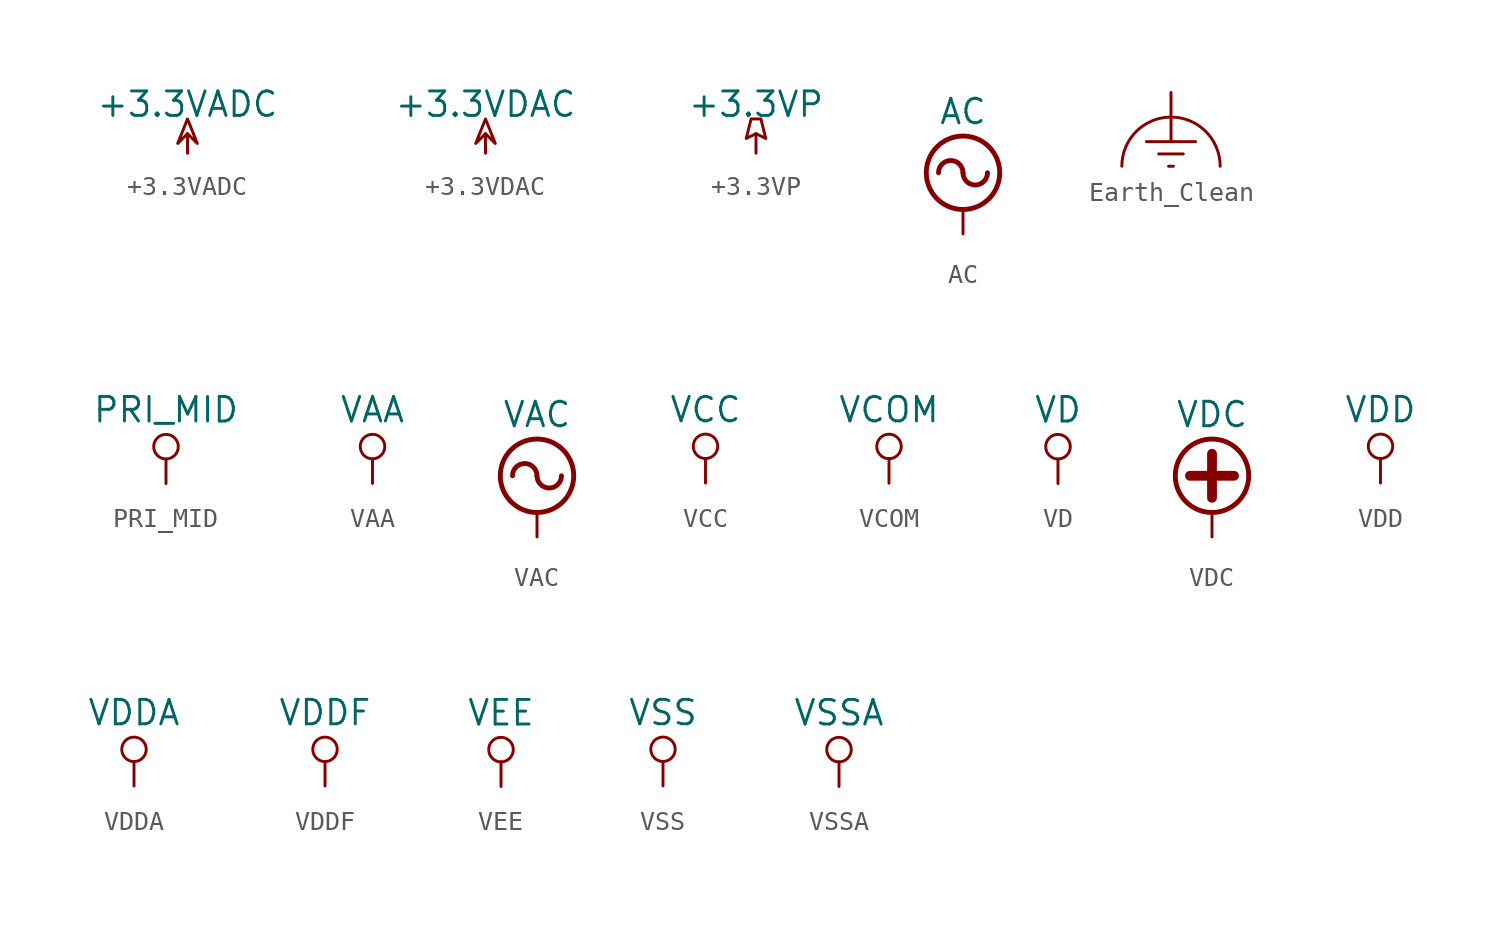
<source format=kicad_sym>
(kicad_symbol_lib
  (version 20220102)
  (generator kicad_symbol_editor)
  (symbol "+3.3VADC"
    (power)
    (pin_names
      (offset 0))
    (property "Reference" "#PWR"
      (at 3.81 -1.27 0)
      (effects (font (size 1.27 1.27)) hide))
    (property "Value" "+3.3VADC"
      (at 0 2.54 0)
      (effects (font (size 1.27 1.27))))
    (symbol "+3.3VADC_0_0"
      (pin power_in line (at 0 0 90) (length 0) hide (name "+3.3VADC" (effects (font (size 1.27 1.27)))) (number "1" (effects (font (size 1.27 1.27))))))
    (symbol "+3.3VADC_0_1"
      (polyline (pts (xy 0 0) (xy 0 1.016) (xy 0 1.016)) (stroke (width 0) (type default)) (fill (type none)))
      (polyline (pts (xy 0 1.016) (xy 0.508 0.508) (xy 0 1.778) (xy -0.508 0.508) (xy 0 1.016) (xy 0 1.016)) (stroke (width 0) (type default)) (fill (type none)))))
  (symbol "+3.3VDAC"
    (power)
    (pin_names
      (offset 0))
    (property "Reference" "#PWR"
      (at 3.81 -1.27 0)
      (effects (font (size 1.27 1.27)) hide))
    (property "Value" "+3.3VDAC"
      (at 0 2.54 0)
      (effects (font (size 1.27 1.27))))
    (symbol "+3.3VDAC_0_0"
      (pin power_in line (at 0 0 90) (length 0) hide (name "+3.3VDAC" (effects (font (size 1.27 1.27)))) (number "1" (effects (font (size 1.27 1.27))))))
    (symbol "+3.3VDAC_0_1"
      (polyline (pts (xy 0 0) (xy 0 1.016) (xy 0 1.016)) (stroke (width 0) (type default)) (fill (type none)))
      (polyline (pts (xy 0 1.016) (xy 0.508 0.508) (xy 0 1.778) (xy -0.508 0.508) (xy 0 1.016) (xy 0 1.016)) (stroke (width 0) (type default)) (fill (type none)))))
  (symbol "+3.3VP"
    (power)
    (pin_names
      (offset 0))
    (property "Reference" "#PWR"
      (at 3.81 -1.27 0)
      (effects (font (size 1.27 1.27)) hide))
    (property "Value" "+3.3VP"
      (at 0 2.54 0)
      (effects (font (size 1.27 1.27))))
    (symbol "+3.3VP_0_0"
      (pin power_in line (at 0 0 90) (length 0) hide (name "+3.3VP" (effects (font (size 1.27 1.27)))) (number "1" (effects (font (size 1.27 1.27))))))
    (symbol "+3.3VP_0_1"
      (polyline (pts (xy 0 0) (xy 0 1.016) (xy 0 1.016)) (stroke (width 0) (type default)) (fill (type none)))
      (polyline (pts (xy 0.508 0.762) (xy 0 1.016) (xy -0.508 0.762) (xy -0.254 1.778) (xy 0.254 1.778) (xy 0.508 0.762) (xy 0.508 0.762)) (stroke (width 0) (type default)) (fill (type none)))))
  (symbol "AC"
    (power)
    (pin_names
      (offset 0))
    (property "Reference" "#PWR"
      (at 0 -2.54 0)
      (effects (font (size 1.27 1.27)) hide))
    (property "Value" "AC"
      (at 0 6.35 0)
      (effects (font (size 1.27 1.27))))
    (symbol "AC_0_1"
      (polyline (pts (xy 0 0) (xy 0 1.27)) (stroke (width 0) (type default)) (fill (type none)))
      (arc (start 0 3.175) (mid -0.635 3.81) (end -1.27 3.175) (stroke (width 0.254) (type default)) (fill (type none)))
      (arc (start 0 3.175) (mid 0.635 2.54) (end 1.27 3.175) (stroke (width 0.254) (type default)) (fill (type none)))
      (circle (center 0 3.175) (radius 1.905) (stroke (width 0.254) (type default)) (fill (type none))))
    (symbol "AC_1_1"
      (pin power_in line (at 0 0 90) (length 0) hide (name "AC" (effects (font (size 1.27 1.27)))) (number "1" (effects (font (size 1.27 1.27)))))))
  (symbol "Earth_Clean"
    (power)
    (pin_names
      (offset 0))
    (property "Reference" "#PWR"
      (at 6.35 0 0)
      (effects (font (size 1.27 1.27)) hide))
    (symbol "Earth_Clean_0_1"
      (polyline (pts (xy -0.635 -3.175) (xy 0.635 -3.175)) (stroke (width 0) (type default)) (fill (type none)))
      (polyline (pts (xy -0.127 -3.81) (xy 0.127 -3.81)) (stroke (width 0) (type default)) (fill (type none)))
      (polyline (pts (xy 0 -2.54) (xy 0 0)) (stroke (width 0) (type default)) (fill (type none)))
      (polyline (pts (xy 1.27 -2.54) (xy -1.27 -2.54)) (stroke (width 0) (type default)) (fill (type none)))
      (arc (start 2.54 -3.81) (mid 0 -1.27) (end -2.54 -3.81) (stroke (width 0) (type default)) (fill (type none))))
    (symbol "Earth_Clean_1_1"
      (pin power_in line (at 0 0 270) (length 0) hide (name "Earth_Clean" (effects (font (size 1.27 1.27)))) (number "1" (effects (font (size 1.27 1.27)))))))
  (symbol "PRI_MID"
    (power)
    (pin_names
      (offset 0))
    (property "Reference" "#PWR"
      (at 0 -3.81 0)
      (effects (font (size 1.27 1.27)) hide))
    (property "Value" "PRI_MID"
      (at 0 3.81 0)
      (effects (font (size 1.27 1.27))))
    (symbol "PRI_MID_0_1"
      (polyline (pts (xy 0 0) (xy 0 1.27)) (stroke (width 0) (type default)) (fill (type none)))
      (circle (center 0 1.905) (radius 0.635) (stroke (width 0) (type default)) (fill (type none))))
    (symbol "PRI_MID_1_1"
      (pin power_in line (at 0 0 90) (length 0) hide (name "PRI_MID" (effects (font (size 1.27 1.27)))) (number "1" (effects (font (size 1.27 1.27)))))))
  (symbol "VAA"
    (power)
    (pin_names
      (offset 0))
    (property "Reference" "#PWR"
      (at 0 -3.81 0)
      (effects (font (size 1.27 1.27)) hide))
    (property "Value" "VAA"
      (at 0 3.81 0)
      (effects (font (size 1.27 1.27))))
    (symbol "VAA_0_1"
      (polyline (pts (xy 0 0) (xy 0 1.27)) (stroke (width 0) (type default)) (fill (type none)))
      (circle (center 0 1.905) (radius 0.635) (stroke (width 0) (type default)) (fill (type none))))
    (symbol "VAA_1_1"
      (pin power_in line (at 0 0 90) (length 0) hide (name "VAA" (effects (font (size 1.27 1.27)))) (number "1" (effects (font (size 1.27 1.27)))))))
  (symbol "VAC"
    (power)
    (pin_names
      (offset 0))
    (property "Reference" "#PWR"
      (at 0 -2.54 0)
      (effects (font (size 1.27 1.27)) hide))
    (property "Value" "VAC"
      (at 0 6.35 0)
      (effects (font (size 1.27 1.27))))
    (symbol "VAC_0_1"
      (polyline (pts (xy 0 0) (xy 0 1.27)) (stroke (width 0) (type default)) (fill (type none)))
      (arc (start 0 3.175) (mid -0.635 3.81) (end -1.27 3.175) (stroke (width 0.254) (type default)) (fill (type none)))
      (arc (start 0 3.175) (mid 0.635 2.54) (end 1.27 3.175) (stroke (width 0.254) (type default)) (fill (type none)))
      (circle (center 0 3.175) (radius 1.905) (stroke (width 0.254) (type default)) (fill (type none))))
    (symbol "VAC_1_1"
      (pin power_in line (at 0 0 90) (length 0) hide (name "VAC" (effects (font (size 1.27 1.27)))) (number "1" (effects (font (size 1.27 1.27)))))))
  (symbol "VCC"
    (power)
    (pin_names
      (offset 0))
    (property "Reference" "#PWR"
      (at 0 -3.81 0)
      (effects (font (size 1.27 1.27)) hide))
    (property "Value" "VCC"
      (at 0 3.81 0)
      (effects (font (size 1.27 1.27))))
    (symbol "VCC_0_1"
      (polyline (pts (xy 0 0) (xy 0 1.27)) (stroke (width 0) (type default)) (fill (type none)))
      (circle (center 0 1.905) (radius 0.635) (stroke (width 0) (type default)) (fill (type none))))
    (symbol "VCC_1_1"
      (pin power_in line (at 0 0 90) (length 0) hide (name "VCC" (effects (font (size 1.27 1.27)))) (number "1" (effects (font (size 1.27 1.27)))))))
  (symbol "VCOM"
    (power)
    (pin_names
      (offset 0))
    (property "Reference" "#PWR"
      (at 0 -3.81 0)
      (effects (font (size 1.27 1.27)) hide))
    (property "Value" "VCOM"
      (at 0 3.81 0)
      (effects (font (size 1.27 1.27))))
    (symbol "VCOM_0_1"
      (polyline (pts (xy 0 0) (xy 0 1.27)) (stroke (width 0) (type default)) (fill (type none)))
      (circle (center 0 1.905) (radius 0.635) (stroke (width 0) (type default)) (fill (type none))))
    (symbol "VCOM_1_1"
      (pin power_in line (at 0 0 90) (length 0) hide (name "VCOM" (effects (font (size 1.27 1.27)))) (number "1" (effects (font (size 1.27 1.27)))))))
  (symbol "VD"
    (power)
    (pin_names
      (offset 0))
    (property "Reference" "#PWR"
      (at 0 -3.81 0)
      (effects (font (size 1.27 1.27)) hide))
    (property "Value" "VD"
      (at 0 3.81 0)
      (effects (font (size 1.27 1.27))))
    (symbol "VD_0_1"
      (polyline (pts (xy 0 0) (xy 0 1.27)) (stroke (width 0) (type default)) (fill (type none)))
      (circle (center 0 1.905) (radius 0.635) (stroke (width 0) (type default)) (fill (type none))))
    (symbol "VD_1_1"
      (pin power_in line (at 0 0 90) (length 0) hide (name "VD" (effects (font (size 1.27 1.27)))) (number "1" (effects (font (size 1.27 1.27)))))))
  (symbol "VDC"
    (power)
    (pin_names
      (offset 0))
    (property "Reference" "#PWR"
      (at 0 -2.54 0)
      (effects (font (size 1.27 1.27)) hide))
    (property "Value" "VDC"
      (at 0 6.35 0)
      (effects (font (size 1.27 1.27))))
    (symbol "VDC_0_1"
      (polyline (pts (xy -1.143 3.175) (xy 1.143 3.175)) (stroke (width 0.508) (type default)) (fill (type none)))
      (polyline (pts (xy 0 0) (xy 0 1.27)) (stroke (width 0) (type default)) (fill (type none)))
      (polyline (pts (xy 0 2.032) (xy 0 4.318)) (stroke (width 0.508) (type default)) (fill (type none)))
      (circle (center 0 3.175) (radius 1.905) (stroke (width 0.254) (type default)) (fill (type none))))
    (symbol "VDC_1_1"
      (pin power_in line (at 0 0 90) (length 0) hide (name "VDC" (effects (font (size 1.27 1.27)))) (number "1" (effects (font (size 1.27 1.27)))))))
  (symbol "VDD"
    (power)
    (pin_names
      (offset 0))
    (property "Reference" "#PWR"
      (at 0 -3.81 0)
      (effects (font (size 1.27 1.27)) hide))
    (property "Value" "VDD"
      (at 0 3.81 0)
      (effects (font (size 1.27 1.27))))
    (symbol "VDD_0_1"
      (polyline (pts (xy 0 0) (xy 0 1.27)) (stroke (width 0) (type default)) (fill (type none)))
      (circle (center 0 1.905) (radius 0.635) (stroke (width 0) (type default)) (fill (type none))))
    (symbol "VDD_1_1"
      (pin power_in line (at 0 0 90) (length 0) hide (name "VDD" (effects (font (size 1.27 1.27)))) (number "1" (effects (font (size 1.27 1.27)))))))
  (symbol "VDDA"
    (power)
    (pin_names
      (offset 0))
    (property "Reference" "#PWR"
      (at 0 -3.81 0)
      (effects (font (size 1.27 1.27)) hide))
    (property "Value" "VDDA"
      (at 0 3.81 0)
      (effects (font (size 1.27 1.27))))
    (symbol "VDDA_0_1"
      (polyline (pts (xy 0 0) (xy 0 1.27)) (stroke (width 0) (type default)) (fill (type none)))
      (circle (center 0 1.905) (radius 0.635) (stroke (width 0) (type default)) (fill (type none))))
    (symbol "VDDA_1_1"
      (pin power_in line (at 0 0 90) (length 0) hide (name "VDDA" (effects (font (size 1.27 1.27)))) (number "1" (effects (font (size 1.27 1.27)))))))
  (symbol "VDDF"
    (power)
    (pin_names
      (offset 0))
    (property "Reference" "#PWR"
      (at 0 -3.81 0)
      (effects (font (size 1.27 1.27)) hide))
    (property "Value" "VDDF"
      (at 0 3.81 0)
      (effects (font (size 1.27 1.27))))
    (symbol "VDDF_0_1"
      (polyline (pts (xy 0 0) (xy 0 1.27)) (stroke (width 0) (type default)) (fill (type none)))
      (circle (center 0 1.905) (radius 0.635) (stroke (width 0) (type default)) (fill (type none))))
    (symbol "VDDF_1_1"
      (pin power_in line (at 0 0 90) (length 0) hide (name "VDDF" (effects (font (size 1.27 1.27)))) (number "1" (effects (font (size 1.27 1.27)))))))
  (symbol "VEE"
    (power)
    (pin_names
      (offset 0))
    (property "Reference" "#PWR"
      (at 0 -3.81 0)
      (effects (font (size 1.27 1.27)) hide))
    (property "Value" "VEE"
      (at 0 3.81 0)
      (effects (font (size 1.27 1.27))))
    (symbol "VEE_0_1"
      (polyline (pts (xy 0 0) (xy 0 1.27)) (stroke (width 0) (type default)) (fill (type none)))
      (circle (center 0 1.905) (radius 0.635) (stroke (width 0) (type default)) (fill (type none))))
    (symbol "VEE_1_1"
      (pin power_in line (at 0 0 90) (length 0) hide (name "VEE" (effects (font (size 1.27 1.27)))) (number "1" (effects (font (size 1.27 1.27)))))))
  (symbol "VSS"
    (power)
    (pin_names
      (offset 0))
    (property "Reference" "#PWR"
      (at 0 -3.81 0)
      (effects (font (size 1.27 1.27)) hide))
    (property "Value" "VSS"
      (at 0 3.81 0)
      (effects (font (size 1.27 1.27))))
    (symbol "VSS_0_1"
      (polyline (pts (xy 0 0) (xy 0 1.27)) (stroke (width 0) (type default)) (fill (type none)))
      (circle (center 0 1.905) (radius 0.635) (stroke (width 0) (type default)) (fill (type none))))
    (symbol "VSS_1_1"
      (pin power_in line (at 0 0 90) (length 0) hide (name "VSS" (effects (font (size 1.27 1.27)))) (number "1" (effects (font (size 1.27 1.27)))))))
  (symbol "VSSA"
    (power)
    (pin_names
      (offset 0))
    (property "Reference" "#PWR"
      (at 0 -3.81 0)
      (effects (font (size 1.27 1.27)) hide))
    (property "Value" "VSSA"
      (at 0 3.81 0)
      (effects (font (size 1.27 1.27))))
    (symbol "VSSA_0_1"
      (polyline (pts (xy 0 0) (xy 0 1.27)) (stroke (width 0) (type default)) (fill (type none)))
      (circle (center 0 1.905) (radius 0.635) (stroke (width 0) (type default)) (fill (type none))))
    (symbol "VSSA_1_1"
      (pin power_in line (at 0 0 90) (length 0) hide (name "VSSA" (effects (font (size 1.27 1.27)))) (number "1" (effects (font (size 1.27 1.27))))))))
</source>
